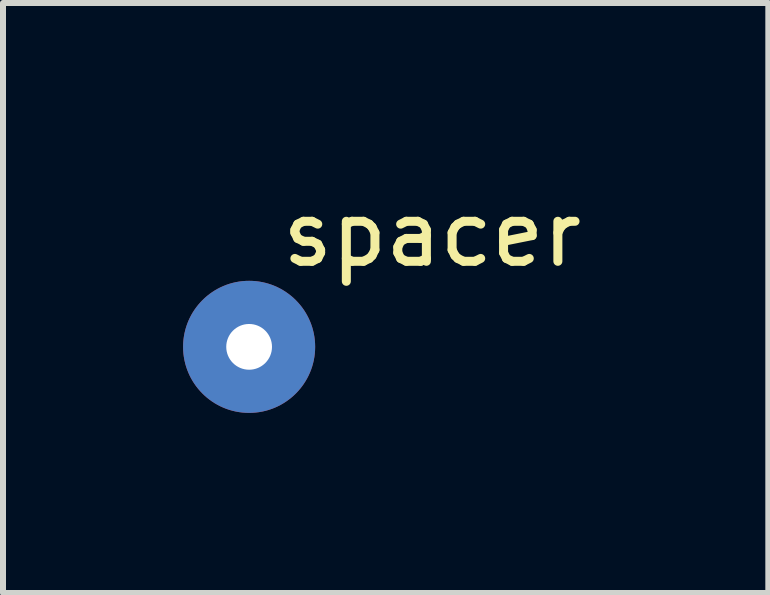
<source format=kicad_pcb>
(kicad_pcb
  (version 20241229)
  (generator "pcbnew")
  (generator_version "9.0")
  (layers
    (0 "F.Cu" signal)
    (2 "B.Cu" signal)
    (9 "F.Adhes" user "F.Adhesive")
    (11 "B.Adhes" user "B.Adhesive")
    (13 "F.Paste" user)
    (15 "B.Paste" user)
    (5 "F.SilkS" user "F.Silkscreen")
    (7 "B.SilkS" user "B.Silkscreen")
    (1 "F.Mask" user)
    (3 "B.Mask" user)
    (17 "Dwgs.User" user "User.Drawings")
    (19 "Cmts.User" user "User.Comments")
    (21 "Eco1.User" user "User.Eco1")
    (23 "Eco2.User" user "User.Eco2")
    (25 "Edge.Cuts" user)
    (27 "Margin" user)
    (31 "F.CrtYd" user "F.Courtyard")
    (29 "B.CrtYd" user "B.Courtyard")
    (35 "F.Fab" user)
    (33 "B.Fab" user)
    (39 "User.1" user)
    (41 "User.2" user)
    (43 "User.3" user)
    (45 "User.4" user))
  (footprint "spacer"
    (layer "F.Cu")
    (at 1.202 3.134)
    (property "Reference" "spacer" (at 2.946 -2.286 0) (layer "F.SilkS") (effects (font (size 1 1) (thickness 0.15))))
    (attr through_hole)
    (pad "" np_thru_hole circle (at -0.102 -0.406) (size 2.2 2.2) (drill 0.762) (layers "*.Cu" "*.Mask")))
  (gr_rect
    (start -3 -3)
    (end 9.749 6.828)
    (stroke (width 0.1) (type default))
    (fill no)
    (layer "Edge.Cuts")))
</source>
